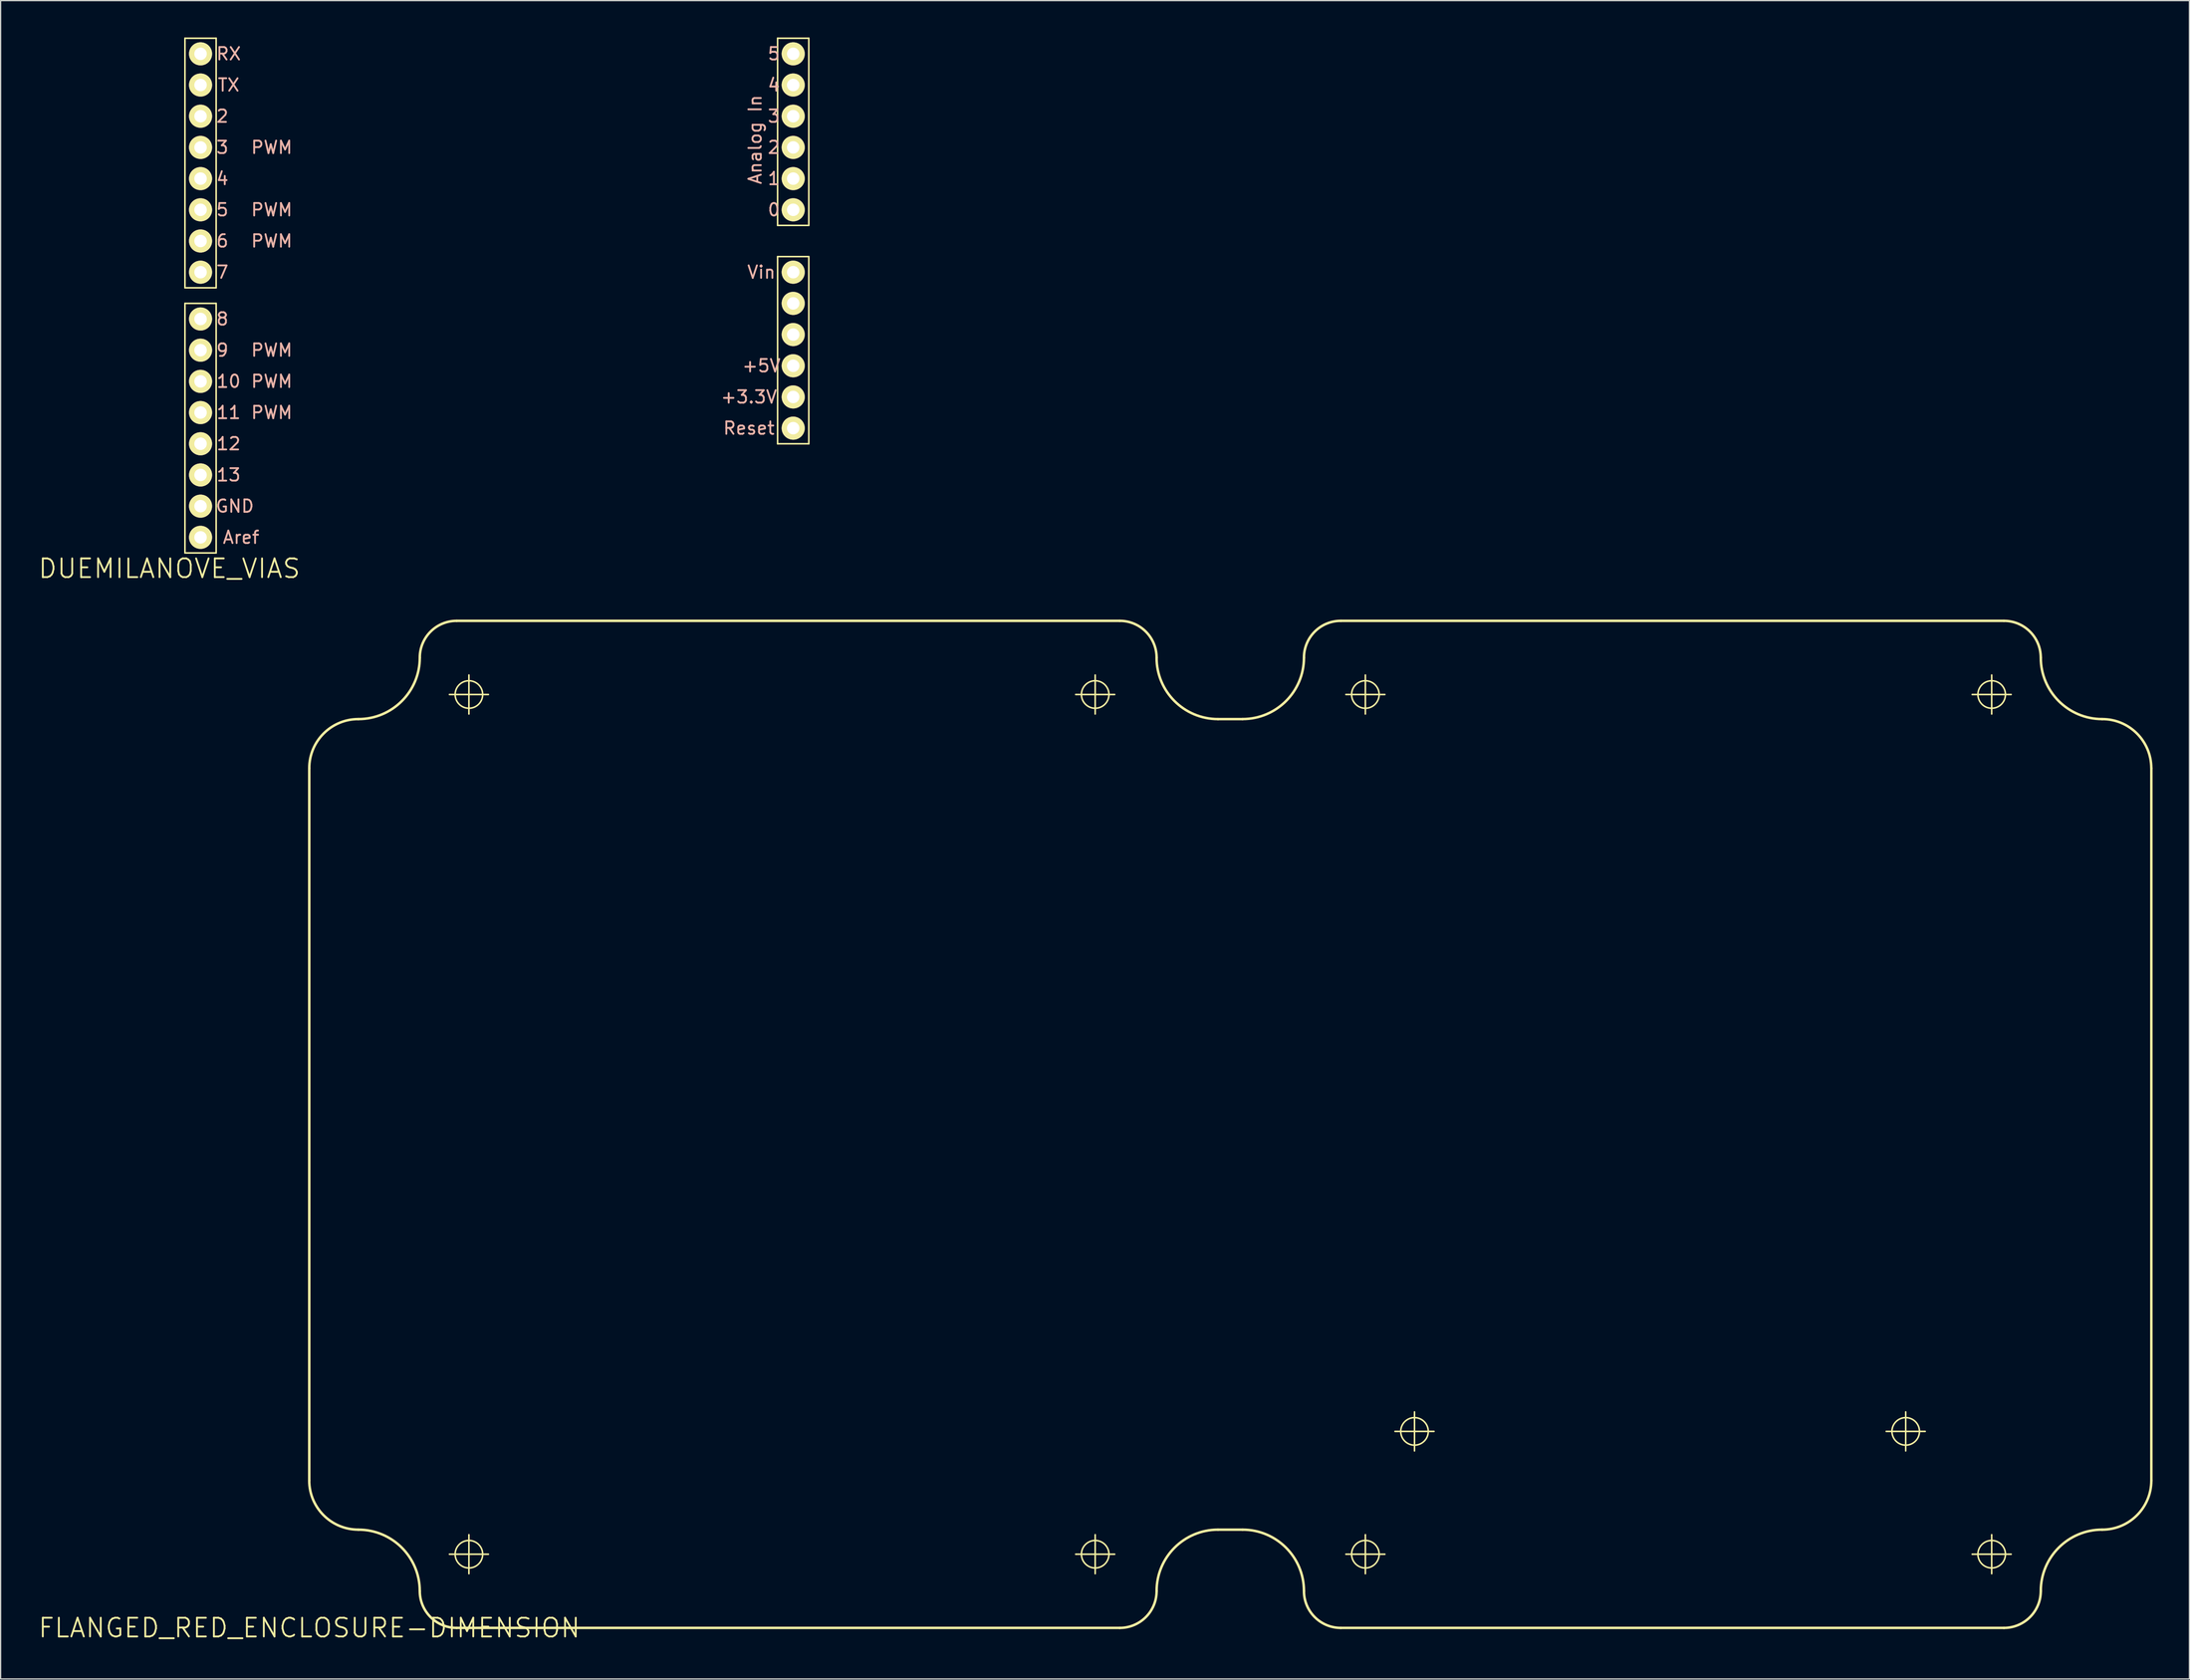
<source format=kicad_pcb>
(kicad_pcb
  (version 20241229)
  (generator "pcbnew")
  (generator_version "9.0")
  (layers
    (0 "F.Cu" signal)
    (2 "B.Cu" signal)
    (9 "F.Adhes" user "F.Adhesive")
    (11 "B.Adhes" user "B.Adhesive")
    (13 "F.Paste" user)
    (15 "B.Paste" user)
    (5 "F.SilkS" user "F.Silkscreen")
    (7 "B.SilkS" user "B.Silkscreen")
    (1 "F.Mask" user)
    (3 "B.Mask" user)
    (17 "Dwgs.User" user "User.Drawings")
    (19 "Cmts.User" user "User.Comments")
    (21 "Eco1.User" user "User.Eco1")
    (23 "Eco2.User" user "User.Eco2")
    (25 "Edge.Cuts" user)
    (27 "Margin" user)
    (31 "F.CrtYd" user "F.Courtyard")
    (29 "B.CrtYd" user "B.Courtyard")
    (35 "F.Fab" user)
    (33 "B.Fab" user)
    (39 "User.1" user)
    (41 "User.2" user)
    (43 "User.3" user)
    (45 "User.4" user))
  (footprint "FLANGED_RED_ENCLOSURE-DIMENSION"
    (layer "F.Cu")
    (at 22.134 129.499)
    (property "Reference" "FLANGED_RED_ENCLOSURE-DIMENSION" (at 0 0 0) (layer "F.SilkS") (effects (font (size 1.524 1.524) (thickness 0.15))))
    (attr exclude_from_pos_files exclude_from_bom)
    (fp_line (start 0 -70) (end 0 -11.999) (stroke (width 0.203) (type solid)) (layer "F.SilkS"))
    (fp_line (start 11.412 -75.999) (end 14.587 -75.999) (stroke (width 0.127) (type solid)) (layer "F.SilkS"))
    (fp_line (start 11.412 -5.999) (end 14.587 -5.999) (stroke (width 0.127) (type solid)) (layer "F.SilkS"))
    (fp_line (start 11.999 0) (end 65.999 0) (stroke (width 0.203) (type solid)) (layer "F.SilkS"))
    (fp_line (start 13 -74.412) (end 13 -77.587) (stroke (width 0.127) (type solid)) (layer "F.SilkS"))
    (fp_line (start 13 -4.412) (end 13 -7.587) (stroke (width 0.127) (type solid)) (layer "F.SilkS"))
    (fp_line (start 62.41 -75.999) (end 65.585 -75.999) (stroke (width 0.127) (type solid)) (layer "F.SilkS"))
    (fp_line (start 62.41 -5.999) (end 65.585 -5.999) (stroke (width 0.127) (type solid)) (layer "F.SilkS"))
    (fp_line (start 63.998 -74.412) (end 63.998 -77.587) (stroke (width 0.127) (type solid)) (layer "F.SilkS"))
    (fp_line (start 63.998 -4.412) (end 63.998 -7.587) (stroke (width 0.127) (type solid)) (layer "F.SilkS"))
    (fp_line (start 65.999 -81.999) (end 11.999 -81.999) (stroke (width 0.203) (type solid)) (layer "F.SilkS"))
    (fp_line (start 73.998 -73.998) (end 75.999 -73.998) (stroke (width 0.203) (type solid)) (layer "F.SilkS"))
    (fp_line (start 73.998 -7.998) (end 75.999 -7.998) (stroke (width 0.203) (type solid)) (layer "F.SilkS"))
    (fp_line (start 83.998 0) (end 137.998 0) (stroke (width 0.203) (type solid)) (layer "F.SilkS"))
    (fp_line (start 84.412 -75.999) (end 87.587 -75.999) (stroke (width 0.127) (type solid)) (layer "F.SilkS"))
    (fp_line (start 84.412 -5.999) (end 87.587 -5.999) (stroke (width 0.127) (type solid)) (layer "F.SilkS"))
    (fp_line (start 85.999 -74.412) (end 85.999 -77.587) (stroke (width 0.127) (type solid)) (layer "F.SilkS"))
    (fp_line (start 85.999 -4.412) (end 85.999 -7.587) (stroke (width 0.127) (type solid)) (layer "F.SilkS"))
    (fp_line (start 88.412 -15.999) (end 91.587 -15.999) (stroke (width 0.127) (type solid)) (layer "F.SilkS"))
    (fp_line (start 90 -14.412) (end 90 -17.587) (stroke (width 0.127) (type solid)) (layer "F.SilkS"))
    (fp_line (start 128.412 -15.999) (end 131.587 -15.999) (stroke (width 0.127) (type solid)) (layer "F.SilkS"))
    (fp_line (start 130 -14.412) (end 130 -17.587) (stroke (width 0.127) (type solid)) (layer "F.SilkS"))
    (fp_line (start 135.412 -75.999) (end 138.587 -75.999) (stroke (width 0.127) (type solid)) (layer "F.SilkS"))
    (fp_line (start 135.412 -5.999) (end 138.587 -5.999) (stroke (width 0.127) (type solid)) (layer "F.SilkS"))
    (fp_line (start 137 -74.412) (end 137 -77.587) (stroke (width 0.127) (type solid)) (layer "F.SilkS"))
    (fp_line (start 137 -4.412) (end 137 -7.587) (stroke (width 0.127) (type solid)) (layer "F.SilkS"))
    (fp_line (start 137.998 -81.999) (end 83.998 -81.999) (stroke (width 0.203) (type solid)) (layer "F.SilkS"))
    (fp_line (start 150 -11.999) (end 150 -70) (stroke (width 0.203) (type solid)) (layer "F.SilkS"))
    (fp_arc (start 0 -69.99986) (mid 1.170975 -72.826845) (end 3.99796 -73.99782) (stroke (width 0.2032) (type solid)) (layer "F.SilkS"))
    (fp_arc (start 3.99796 -7.99846) (mid 1.169179 -9.170179) (end -0.00254 -11.99896) (stroke (width 0.2032) (type solid)) (layer "F.SilkS"))
    (fp_arc (start 3.99796 -7.99846) (mid 7.532589 -6.534369) (end 8.99668 -2.99974) (stroke (width 0.2032) (type solid)) (layer "F.SilkS"))
    (fp_arc (start 8.99922 -78.99908) (mid 7.534385 -75.462655) (end 3.99796 -73.99782) (stroke (width 0.2032) (type solid)) (layer "F.SilkS"))
    (fp_arc (start 8.99922 -78.99908) (mid 9.877824 -81.120216) (end 11.99896 -81.99882) (stroke (width 0.2032) (type solid)) (layer "F.SilkS"))
    (fp_arc (start 11.99896 0) (mid 9.877824 -0.878604) (end 8.99922 -2.99974) (stroke (width 0.2032) (type solid)) (layer "F.SilkS"))
    (fp_arc (start 65.99936 -81.99882) (mid 68.120496 -81.120216) (end 68.9991 -78.99908) (stroke (width 0.2032) (type solid)) (layer "F.SilkS"))
    (fp_arc (start 68.9991 -2.99974) (mid 68.120496 -0.878604) (end 65.99936 0) (stroke (width 0.2032) (type solid)) (layer "F.SilkS"))
    (fp_arc (start 68.9991 -2.99974) (mid 70.463191 -6.534369) (end 73.99782 -7.99846) (stroke (width 0.2032) (type solid)) (layer "F.SilkS"))
    (fp_arc (start 73.99782 -73.99782) (mid 70.461395 -75.462655) (end 68.99656 -78.99908) (stroke (width 0.2032) (type solid)) (layer "F.SilkS"))
    (fp_arc (start 75.99934 -7.99846) (mid 79.533969 -6.534369) (end 80.99806 -2.99974) (stroke (width 0.2032) (type solid)) (layer "F.SilkS"))
    (fp_arc (start 80.99806 -78.99908) (mid 79.533969 -75.464451) (end 75.99934 -74.00036) (stroke (width 0.2032) (type solid)) (layer "F.SilkS"))
    (fp_arc (start 80.99806 -78.99908) (mid 81.876664 -81.120216) (end 83.9978 -81.99882) (stroke (width 0.2032) (type solid)) (layer "F.SilkS"))
    (fp_arc (start 83.9978 0) (mid 81.876664 -0.878604) (end 80.99806 -2.99974) (stroke (width 0.2032) (type solid)) (layer "F.SilkS"))
    (fp_arc (start 137.9982 -81.99882) (mid 140.119336 -81.120216) (end 140.99794 -78.99908) (stroke (width 0.2032) (type solid)) (layer "F.SilkS"))
    (fp_arc (start 140.99794 -2.99974) (mid 140.119336 -0.878604) (end 137.9982 0) (stroke (width 0.2032) (type solid)) (layer "F.SilkS"))
    (fp_arc (start 140.99794 -2.99974) (mid 142.462775 -6.536165) (end 145.9992 -8.001) (stroke (width 0.2032) (type solid)) (layer "F.SilkS"))
    (fp_arc (start 145.9992 -73.99782) (mid 142.462775 -75.462655) (end 140.99794 -78.99908) (stroke (width 0.2032) (type solid)) (layer "F.SilkS"))
    (fp_arc (start 145.9992 -73.99782) (mid 148.826185 -72.826845) (end 149.99716 -69.99986) (stroke (width 0.2032) (type solid)) (layer "F.SilkS"))
    (fp_arc (start 149.9997 -11.99896) (mid 148.827981 -9.170179) (end 145.9992 -7.99846) (stroke (width 0.2032) (type solid)) (layer "F.SilkS"))
    (fp_circle (center 13 -75.999) (end 13.792 -76.792) (stroke (width 0.127) (type solid)) (fill no) (layer "F.SilkS"))
    (fp_circle (center 13 -5.999) (end 13.792 -6.792) (stroke (width 0.127) (type solid)) (fill no) (layer "F.SilkS"))
    (fp_circle (center 63.998 -75.999) (end 64.79 -76.792) (stroke (width 0.127) (type solid)) (fill no) (layer "F.SilkS"))
    (fp_circle (center 63.998 -5.999) (end 64.79 -6.792) (stroke (width 0.127) (type solid)) (fill no) (layer "F.SilkS"))
    (fp_circle (center 85.999 -75.999) (end 86.792 -76.792) (stroke (width 0.127) (type solid)) (fill no) (layer "F.SilkS"))
    (fp_circle (center 85.999 -5.999) (end 86.792 -6.792) (stroke (width 0.127) (type solid)) (fill no) (layer "F.SilkS"))
    (fp_circle (center 90 -15.999) (end 90.792 -16.792) (stroke (width 0.127) (type solid)) (fill no) (layer "F.SilkS"))
    (fp_circle (center 130 -15.999) (end 130.792 -16.792) (stroke (width 0.127) (type solid)) (fill no) (layer "F.SilkS"))
    (fp_circle (center 137 -75.999) (end 137.792 -76.792) (stroke (width 0.127) (type solid)) (fill no) (layer "F.SilkS"))
    (fp_circle (center 137 -5.999) (end 137.792 -6.792) (stroke (width 0.127) (type solid)) (fill no) (layer "F.SilkS")))
  (footprint "DUEMILANOVE_VIAS"
    (layer "F.Cu")
    (at 10.741 43.243)
    (property "Reference" "DUEMILANOVE_VIAS" (at 0 0 0) (layer "F.SilkS") (effects (font (size 1.524 1.524) (thickness 0.15))))
    (attr exclude_from_pos_files exclude_from_bom)
    (fp_line (start 1.27 -43.18) (end 3.81 -43.18) (stroke (width 0.127) (type solid)) (layer "F.SilkS"))
    (fp_line (start 1.27 -22.86) (end 1.27 -43.18) (stroke (width 0.127) (type solid)) (layer "F.SilkS"))
    (fp_line (start 1.27 -21.59) (end 3.81 -21.59) (stroke (width 0.127) (type solid)) (layer "F.SilkS"))
    (fp_line (start 1.27 -1.27) (end 1.27 -21.59) (stroke (width 0.127) (type solid)) (layer "F.SilkS"))
    (fp_line (start 3.81 -43.18) (end 3.81 -22.86) (stroke (width 0.127) (type solid)) (layer "F.SilkS"))
    (fp_line (start 3.81 -22.86) (end 1.27 -22.86) (stroke (width 0.127) (type solid)) (layer "F.SilkS"))
    (fp_line (start 3.81 -21.59) (end 3.81 -1.27) (stroke (width 0.127) (type solid)) (layer "F.SilkS"))
    (fp_line (start 3.81 -1.27) (end 1.27 -1.27) (stroke (width 0.127) (type solid)) (layer "F.SilkS"))
    (fp_line (start 49.53 -43.18) (end 52.07 -43.18) (stroke (width 0.127) (type solid)) (layer "F.SilkS"))
    (fp_line (start 49.53 -27.94) (end 49.53 -43.18) (stroke (width 0.127) (type solid)) (layer "F.SilkS"))
    (fp_line (start 49.53 -25.4) (end 52.07 -25.4) (stroke (width 0.127) (type solid)) (layer "F.SilkS"))
    (fp_line (start 49.53 -10.16) (end 49.53 -25.4) (stroke (width 0.127) (type solid)) (layer "F.SilkS"))
    (fp_line (start 52.07 -43.18) (end 52.07 -27.94) (stroke (width 0.127) (type solid)) (layer "F.SilkS"))
    (fp_line (start 52.07 -27.94) (end 49.53 -27.94) (stroke (width 0.127) (type solid)) (layer "F.SilkS"))
    (fp_line (start 52.07 -25.4) (end 52.07 -10.16) (stroke (width 0.127) (type solid)) (layer "F.SilkS"))
    (fp_line (start 52.07 -10.16) (end 49.53 -10.16) (stroke (width 0.127) (type solid)) (layer "F.SilkS"))
    (fp_text user "Analog In" (at 47.701 -34.925 270) (layer "B.SilkS") (effects (font (size 1.016 1.016) (thickness 0.152))))
    (fp_text user "Aref" (at 5.842 -2.54 0) (layer "B.SilkS") (effects (font (size 1.016 1.016) (thickness 0.152))))
    (fp_text user "Reset" (at 47.193 -11.43 180) (layer "B.SilkS") (effects (font (size 1.016 1.016) (thickness 0.152))))
    (fp_text user "4" (at 4.318 -31.75 0) (layer "B.SilkS") (effects (font (size 1.016 1.016) (thickness 0.152))))
    (fp_text user "6" (at 4.318 -26.67 0) (layer "B.SilkS") (effects (font (size 1.016 1.016) (thickness 0.152))))
    (fp_text user "TX" (at 4.826 -39.37 0) (layer "B.SilkS") (effects (font (size 1.016 1.016) (thickness 0.152))))
    (fp_text user "0" (at 49.225 -29.21 180) (layer "B.SilkS") (effects (font (size 1.016 1.016) (thickness 0.152))))
    (fp_text user "PWM" (at 8.334 -34.29 0) (layer "B.SilkS") (effects (font (size 1.016 1.016) (thickness 0.152))))
    (fp_text user "8" (at 4.318 -20.32 0) (layer "B.SilkS") (effects (font (size 1.016 1.016) (thickness 0.152))))
    (fp_text user "PWM" (at 8.334 -17.78 0) (layer "B.SilkS") (effects (font (size 1.016 1.016) (thickness 0.152))))
    (fp_text user "5" (at 4.318 -29.21 0) (layer "B.SilkS") (effects (font (size 1.016 1.016) (thickness 0.152))))
    (fp_text user "Vin" (at 48.209 -24.13 180) (layer "B.SilkS") (effects (font (size 1.016 1.016) (thickness 0.152))))
    (fp_text user "+5V" (at 48.209 -16.51 180) (layer "B.SilkS") (effects (font (size 1.016 1.016) (thickness 0.152))))
    (fp_text user "4" (at 49.225 -39.37 180) (layer "B.SilkS") (effects (font (size 1.016 1.016) (thickness 0.152))))
    (fp_text user "2" (at 49.225 -34.29 180) (layer "B.SilkS") (effects (font (size 1.016 1.016) (thickness 0.152))))
    (fp_text user "1" (at 49.225 -31.75 180) (layer "B.SilkS") (effects (font (size 1.016 1.016) (thickness 0.152))))
    (fp_text user "PWM" (at 8.334 -26.67 0) (layer "B.SilkS") (effects (font (size 1.016 1.016) (thickness 0.152))))
    (fp_text user "7" (at 4.318 -24.13 0) (layer "B.SilkS") (effects (font (size 1.016 1.016) (thickness 0.152))))
    (fp_text user "2" (at 4.318 -36.83 0) (layer "B.SilkS") (effects (font (size 1.016 1.016) (thickness 0.152))))
    (fp_text user "3" (at 4.318 -34.29 0) (layer "B.SilkS") (effects (font (size 1.016 1.016) (thickness 0.152))))
    (fp_text user "PWM" (at 8.334 -15.24 0) (layer "B.SilkS") (effects (font (size 1.016 1.016) (thickness 0.152))))
    (fp_text user "+3.3V" (at 47.193 -13.97 180) (layer "B.SilkS") (effects (font (size 1.016 1.016) (thickness 0.152))))
    (fp_text user "GND" (at 5.334 -5.08 0) (layer "B.SilkS") (effects (font (size 1.016 1.016) (thickness 0.152))))
    (fp_text user "12" (at 4.826 -10.16 0) (layer "B.SilkS") (effects (font (size 1.016 1.016) (thickness 0.152))))
    (fp_text user "5" (at 49.225 -41.91 180) (layer "B.SilkS") (effects (font (size 1.016 1.016) (thickness 0.152))))
    (fp_text user "13" (at 4.826 -7.62 0) (layer "B.SilkS") (effects (font (size 1.016 1.016) (thickness 0.152))))
    (fp_text user "PWM" (at 8.334 -29.21 0) (layer "B.SilkS") (effects (font (size 1.016 1.016) (thickness 0.152))))
    (fp_text user "RX" (at 4.826 -41.91 0) (layer "B.SilkS") (effects (font (size 1.016 1.016) (thickness 0.152))))
    (fp_text user "9" (at 4.318 -17.78 0) (layer "B.SilkS") (effects (font (size 1.016 1.016) (thickness 0.152))))
    (fp_text user "11" (at 4.826 -12.7 0) (layer "B.SilkS") (effects (font (size 1.016 1.016) (thickness 0.152))))
    (fp_text user "10" (at 4.826 -15.24 0) (layer "B.SilkS") (effects (font (size 1.016 1.016) (thickness 0.152))))
    (fp_text user "PWM" (at 8.334 -12.7 0) (layer "B.SilkS") (effects (font (size 1.016 1.016) (thickness 0.152))))
    (fp_text user "3" (at 49.225 -36.83 180) (layer "B.SilkS") (effects (font (size 1.016 1.016) (thickness 0.152))))
    (pad "3.3V" thru_hole circle (at 50.8 -13.97) (size 1.88 1.88) (drill 1.016) (layers "*.Cu" "F.Mask" "F.SilkS" "F.Paste"))
    (pad "5V" thru_hole circle (at 50.8 -16.51) (size 1.88 1.88) (drill 1.016) (layers "*.Cu" "F.Mask" "F.SilkS" "F.Paste"))
    (pad "A0" thru_hole circle (at 50.8 -29.21) (size 1.88 1.88) (drill 1.016) (layers "*.Cu" "F.Mask" "F.SilkS" "F.Paste"))
    (pad "A1" thru_hole circle (at 50.8 -31.75) (size 1.88 1.88) (drill 1.016) (layers "*.Cu" "F.Mask" "F.SilkS" "F.Paste"))
    (pad "A2" thru_hole circle (at 50.8 -34.29) (size 1.88 1.88) (drill 1.016) (layers "*.Cu" "F.Mask" "F.SilkS" "F.Paste"))
    (pad "A3" thru_hole circle (at 50.8 -36.83) (size 1.88 1.88) (drill 1.016) (layers "*.Cu" "F.Mask" "F.SilkS" "F.Paste"))
    (pad "A4" thru_hole circle (at 50.8 -39.37) (size 1.88 1.88) (drill 1.016) (layers "*.Cu" "F.Mask" "F.SilkS" "F.Paste"))
    (pad "A5" thru_hole circle (at 50.8 -41.91) (size 1.88 1.88) (drill 1.016) (layers "*.Cu" "F.Mask" "F.SilkS" "F.Paste"))
    (pad "AREF" thru_hole circle (at 2.54 -2.54) (size 1.88 1.88) (drill 1.016) (layers "*.Cu" "F.Mask" "F.SilkS" "F.Paste"))
    (pad "D2" thru_hole circle (at 2.54 -36.83) (size 1.88 1.88) (drill 1.016) (layers "*.Cu" "F.Mask" "F.SilkS" "F.Paste"))
    (pad "D3" thru_hole circle (at 2.54 -34.29) (size 1.88 1.88) (drill 1.016) (layers "*.Cu" "F.Mask" "F.SilkS" "F.Paste"))
    (pad "D4" thru_hole circle (at 2.54 -31.75) (size 1.88 1.88) (drill 1.016) (layers "*.Cu" "F.Mask" "F.SilkS" "F.Paste"))
    (pad "D5" thru_hole circle (at 2.54 -29.21) (size 1.88 1.88) (drill 1.016) (layers "*.Cu" "F.Mask" "F.SilkS" "F.Paste"))
    (pad "D6" thru_hole circle (at 2.54 -26.67) (size 1.88 1.88) (drill 1.016) (layers "*.Cu" "F.Mask" "F.SilkS" "F.Paste"))
    (pad "D7" thru_hole circle (at 2.54 -24.13) (size 1.88 1.88) (drill 1.016) (layers "*.Cu" "F.Mask" "F.SilkS" "F.Paste"))
    (pad "D8" thru_hole circle (at 2.54 -20.32) (size 1.88 1.88) (drill 1.016) (layers "*.Cu" "F.Mask" "F.SilkS" "F.Paste"))
    (pad "D9" thru_hole circle (at 2.54 -17.78) (size 1.88 1.88) (drill 1.016) (layers "*.Cu" "F.Mask" "F.SilkS" "F.Paste"))
    (pad "D10" thru_hole circle (at 2.54 -15.24) (size 1.88 1.88) (drill 1.016) (layers "*.Cu" "F.Mask" "F.SilkS" "F.Paste"))
    (pad "D11" thru_hole circle (at 2.54 -12.7) (size 1.88 1.88) (drill 1.016) (layers "*.Cu" "F.Mask" "F.SilkS" "F.Paste"))
    (pad "D12" thru_hole circle (at 2.54 -10.16) (size 1.88 1.88) (drill 1.016) (layers "*.Cu" "F.Mask" "F.SilkS" "F.Paste"))
    (pad "D13" thru_hole circle (at 2.54 -7.62) (size 1.88 1.88) (drill 1.016) (layers "*.Cu" "F.Mask" "F.SilkS" "F.Paste"))
    (pad "GND@" thru_hole circle (at 2.54 -5.08) (size 1.88 1.88) (drill 1.016) (layers "*.Cu" "F.Mask" "F.SilkS" "F.Paste"))
    (pad "GND@" thru_hole circle (at 50.8 -21.59) (size 1.88 1.88) (drill 1.016) (layers "*.Cu" "F.Mask" "F.SilkS" "F.Paste"))
    (pad "GND@" thru_hole circle (at 50.8 -19.05) (size 1.88 1.88) (drill 1.016) (layers "*.Cu" "F.Mask" "F.SilkS" "F.Paste"))
    (pad "RES" thru_hole circle (at 50.8 -11.43) (size 1.88 1.88) (drill 1.016) (layers "*.Cu" "F.Mask" "F.SilkS" "F.Paste"))
    (pad "RX" thru_hole circle (at 2.54 -41.91) (size 1.88 1.88) (drill 1.016) (layers "*.Cu" "F.Mask" "F.SilkS" "F.Paste"))
    (pad "TX" thru_hole circle (at 2.54 -39.37) (size 1.88 1.88) (drill 1.016) (layers "*.Cu" "F.Mask" "F.SilkS" "F.Paste"))
    (pad "VIN" thru_hole circle (at 50.8 -24.13) (size 1.88 1.88) (drill 1.016) (layers "*.Cu" "F.Mask" "F.SilkS" "F.Paste")))
  (gr_rect
    (start -3 -3)
    (end 175.236 133.654)
    (stroke (width 0.1) (type default))
    (fill no)
    (layer "Edge.Cuts")))
</source>
